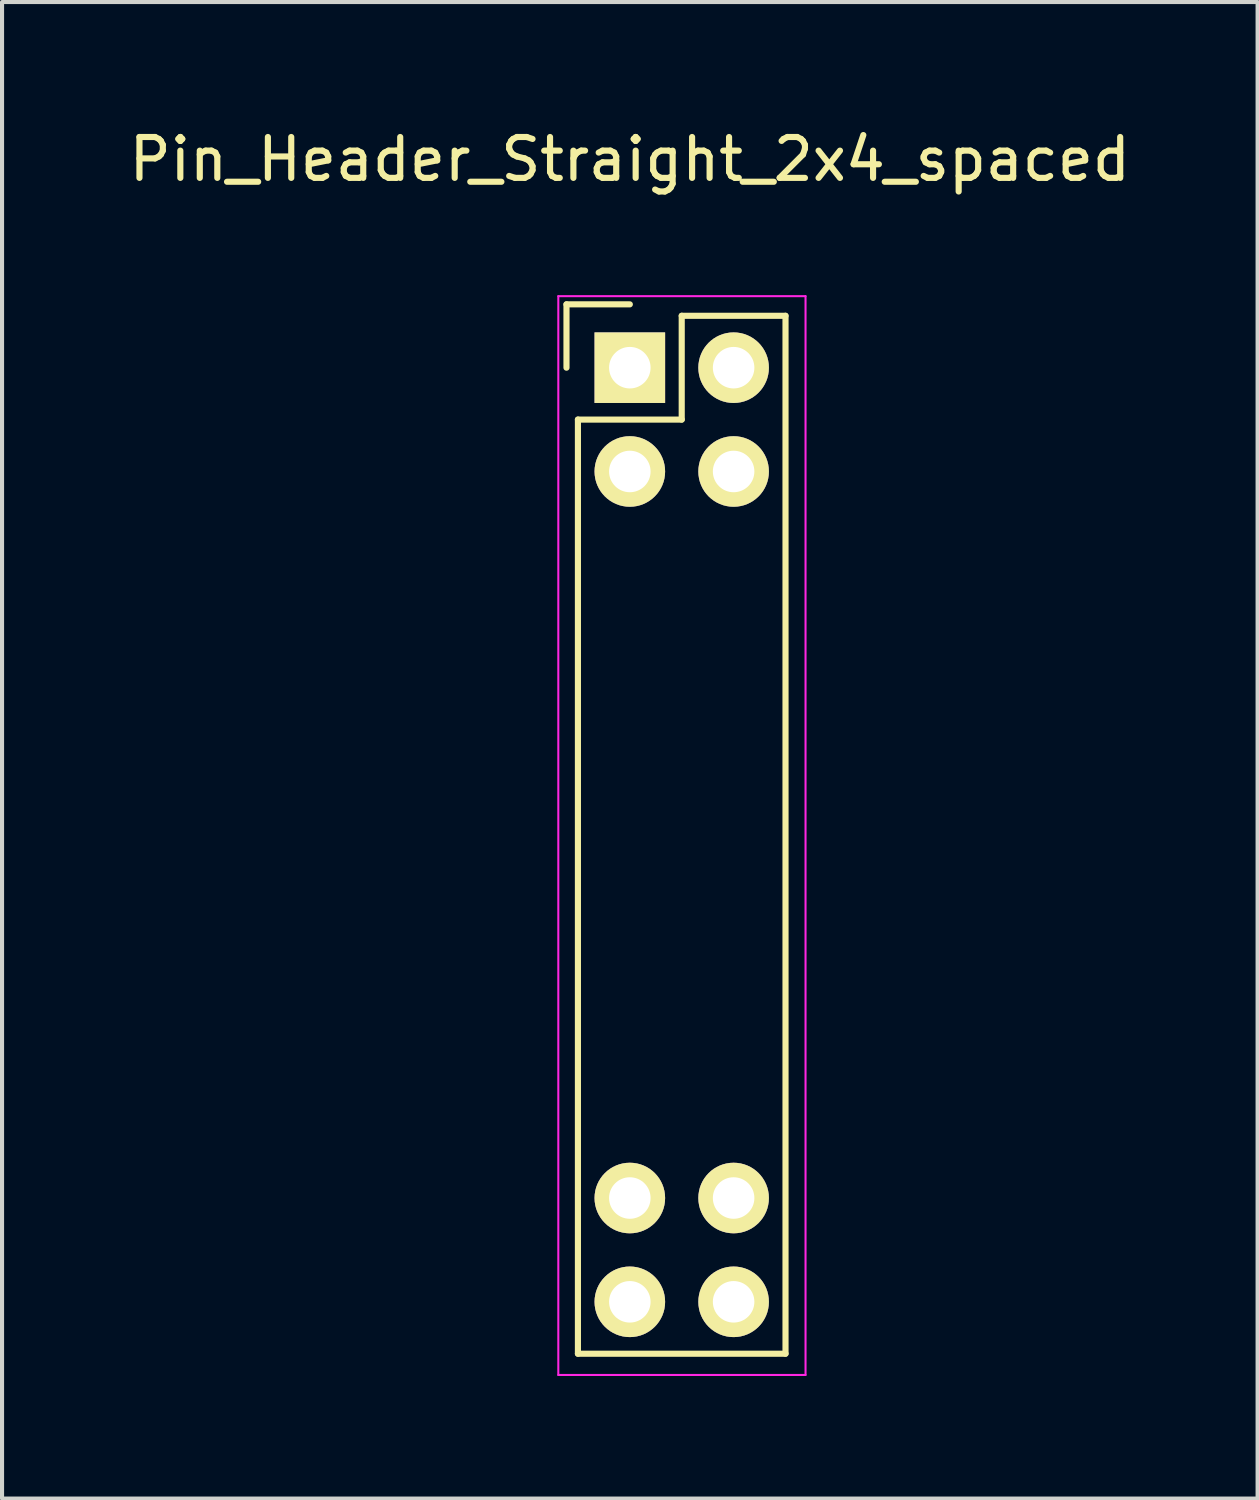
<source format=kicad_pcb>
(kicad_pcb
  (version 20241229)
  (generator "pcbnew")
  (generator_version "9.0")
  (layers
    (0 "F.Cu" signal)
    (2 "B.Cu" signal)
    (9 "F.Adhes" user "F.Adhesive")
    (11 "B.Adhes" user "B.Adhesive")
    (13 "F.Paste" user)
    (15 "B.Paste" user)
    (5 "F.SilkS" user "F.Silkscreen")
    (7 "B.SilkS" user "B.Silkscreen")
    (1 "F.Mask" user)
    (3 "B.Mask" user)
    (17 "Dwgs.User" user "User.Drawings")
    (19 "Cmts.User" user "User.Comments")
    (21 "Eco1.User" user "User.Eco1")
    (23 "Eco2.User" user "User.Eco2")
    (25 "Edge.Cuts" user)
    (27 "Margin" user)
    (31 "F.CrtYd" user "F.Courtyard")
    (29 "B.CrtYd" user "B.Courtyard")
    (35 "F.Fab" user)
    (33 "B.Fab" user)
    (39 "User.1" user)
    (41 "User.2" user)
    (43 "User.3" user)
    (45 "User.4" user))
  (footprint "Pin_Header_Straight_2x4_spaced"
    (layer "F.Cu")
    (at 12.363 5.948)
    (property "Reference" "Pin_Header_Straight_2x4_spaced" (at 0 -5.1 0) (layer "F.SilkS") (effects (font (size 1 1) (thickness 0.15))))
    (attr through_hole)
    (fp_line (start -1.55 -1.55) (end -1.55 0) (stroke (width 0.15) (type solid)) (layer "F.SilkS"))
    (fp_line (start -1.27 1.27) (end -1.27 24.13) (stroke (width 0.15) (type solid)) (layer "F.SilkS"))
    (fp_line (start 0 -1.55) (end -1.55 -1.55) (stroke (width 0.15) (type solid)) (layer "F.SilkS"))
    (fp_line (start 1.27 -1.27) (end 1.27 1.27) (stroke (width 0.15) (type solid)) (layer "F.SilkS"))
    (fp_line (start 1.27 1.27) (end -1.27 1.27) (stroke (width 0.15) (type solid)) (layer "F.SilkS"))
    (fp_line (start 3.81 -1.27) (end 1.27 -1.27) (stroke (width 0.15) (type solid)) (layer "F.SilkS"))
    (fp_line (start 3.81 24.13) (end -1.27 24.13) (stroke (width 0.15) (type solid)) (layer "F.SilkS"))
    (fp_line (start 3.81 24.13) (end 3.81 -1.27) (stroke (width 0.15) (type solid)) (layer "F.SilkS"))
    (fp_line (start -1.75 -1.75) (end -1.75 24.65) (stroke (width 0.05) (type solid)) (layer "F.CrtYd"))
    (fp_line (start -1.75 -1.75) (end 4.3 -1.75) (stroke (width 0.05) (type solid)) (layer "F.CrtYd"))
    (fp_line (start -1.75 24.65) (end 4.3 24.65) (stroke (width 0.05) (type solid)) (layer "F.CrtYd"))
    (fp_line (start 4.3 -1.75) (end 4.3 24.65) (stroke (width 0.05) (type solid)) (layer "F.CrtYd"))
    (pad "1" thru_hole rect (at 0 0) (size 1.727 1.727) (drill 1.016) (layers "*.Cu" "*.Mask" "F.SilkS"))
    (pad "2" thru_hole oval (at 2.54 0) (size 1.727 1.727) (drill 1.016) (layers "*.Cu" "*.Mask" "F.SilkS"))
    (pad "3" thru_hole oval (at 0 2.54) (size 1.727 1.727) (drill 1.016) (layers "*.Cu" "*.Mask" "F.SilkS"))
    (pad "4" thru_hole oval (at 2.54 2.54) (size 1.727 1.727) (drill 1.016) (layers "*.Cu" "*.Mask" "F.SilkS"))
    (pad "5" thru_hole oval (at 0 20.32) (size 1.727 1.727) (drill 1.016) (layers "*.Cu" "*.Mask" "F.SilkS"))
    (pad "6" thru_hole oval (at 2.54 20.32) (size 1.727 1.727) (drill 1.016) (layers "*.Cu" "*.Mask" "F.SilkS"))
    (pad "7" thru_hole oval (at 0 22.86) (size 1.727 1.727) (drill 1.016) (layers "*.Cu" "*.Mask" "F.SilkS"))
    (pad "8" thru_hole oval (at 2.54 22.86) (size 1.727 1.727) (drill 1.016) (layers "*.Cu" "*.Mask" "F.SilkS")))
  (gr_rect
    (start -3 -3)
    (end 27.726 33.623)
    (stroke (width 0.1) (type default))
    (fill no)
    (layer "Edge.Cuts")))
</source>
